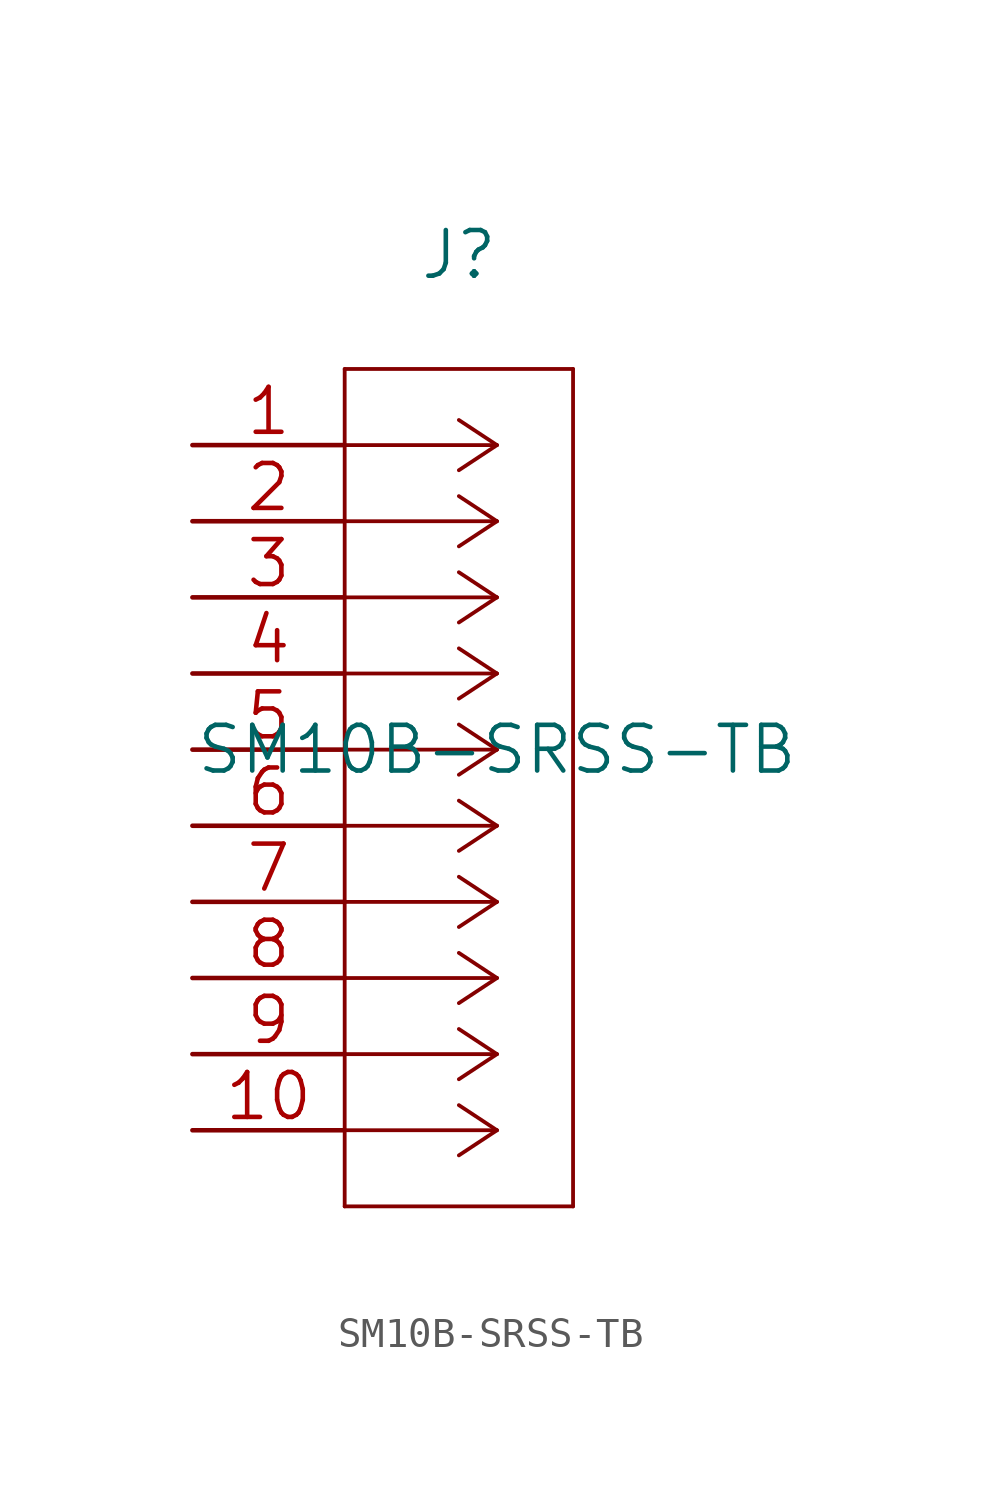
<source format=kicad_sym>
(kicad_symbol_lib
  (version 20211014)
  (generator kicad_symbol_editor)
  (symbol "SM10B-SRSS-TB"
    (pin_names
      (offset 0.254) hide)
    (property "Reference" "J"
      (at 8.89 6.35 0)
      (effects (font (size 1.524 1.524))))
    (property "Value" "SM10B-SRSS-TB"
      (at 10.16 -10.16 0)
      (effects (font (size 1.524 1.524))))
    (property "Datasheet" ""
      (at 0 0 0)
      (effects (font (size 1.524 1.524))))
    (property "ki_locked" ""
      (at 0 0 0)
      (effects (font (size 1.27 1.27))))
    (symbol "SM10B-SRSS-TB_1_1"
      (polyline (pts (xy 5.08 -25.4) (xy 12.7 -25.4)) (stroke (width 0.127) (type default) (color 0 0 0 0)) (fill (type none)))
      (polyline (pts (xy 5.08 2.54) (xy 5.08 -25.4)) (stroke (width 0.127) (type default) (color 0 0 0 0)) (fill (type none)))
      (polyline (pts (xy 10.16 -22.86) (xy 5.08 -22.86)) (stroke (width 0.127) (type default) (color 0 0 0 0)) (fill (type none)))
      (polyline (pts (xy 10.16 -22.86) (xy 8.89 -23.698)) (stroke (width 0.127) (type default) (color 0 0 0 0)) (fill (type none)))
      (polyline (pts (xy 10.16 -22.86) (xy 8.89 -22.022)) (stroke (width 0.127) (type default) (color 0 0 0 0)) (fill (type none)))
      (polyline (pts (xy 10.16 -20.32) (xy 5.08 -20.32)) (stroke (width 0.127) (type default) (color 0 0 0 0)) (fill (type none)))
      (polyline (pts (xy 10.16 -20.32) (xy 8.89 -21.158)) (stroke (width 0.127) (type default) (color 0 0 0 0)) (fill (type none)))
      (polyline (pts (xy 10.16 -20.32) (xy 8.89 -19.482)) (stroke (width 0.127) (type default) (color 0 0 0 0)) (fill (type none)))
      (polyline (pts (xy 10.16 -17.78) (xy 5.08 -17.78)) (stroke (width 0.127) (type default) (color 0 0 0 0)) (fill (type none)))
      (polyline (pts (xy 10.16 -17.78) (xy 8.89 -18.618)) (stroke (width 0.127) (type default) (color 0 0 0 0)) (fill (type none)))
      (polyline (pts (xy 10.16 -17.78) (xy 8.89 -16.942)) (stroke (width 0.127) (type default) (color 0 0 0 0)) (fill (type none)))
      (polyline (pts (xy 10.16 -15.24) (xy 5.08 -15.24)) (stroke (width 0.127) (type default) (color 0 0 0 0)) (fill (type none)))
      (polyline (pts (xy 10.16 -15.24) (xy 8.89 -16.078)) (stroke (width 0.127) (type default) (color 0 0 0 0)) (fill (type none)))
      (polyline (pts (xy 10.16 -15.24) (xy 8.89 -14.402)) (stroke (width 0.127) (type default) (color 0 0 0 0)) (fill (type none)))
      (polyline (pts (xy 10.16 -12.7) (xy 5.08 -12.7)) (stroke (width 0.127) (type default) (color 0 0 0 0)) (fill (type none)))
      (polyline (pts (xy 10.16 -12.7) (xy 8.89 -13.538)) (stroke (width 0.127) (type default) (color 0 0 0 0)) (fill (type none)))
      (polyline (pts (xy 10.16 -12.7) (xy 8.89 -11.862)) (stroke (width 0.127) (type default) (color 0 0 0 0)) (fill (type none)))
      (polyline (pts (xy 10.16 -10.16) (xy 5.08 -10.16)) (stroke (width 0.127) (type default) (color 0 0 0 0)) (fill (type none)))
      (polyline (pts (xy 10.16 -10.16) (xy 8.89 -10.998)) (stroke (width 0.127) (type default) (color 0 0 0 0)) (fill (type none)))
      (polyline (pts (xy 10.16 -10.16) (xy 8.89 -9.322)) (stroke (width 0.127) (type default) (color 0 0 0 0)) (fill (type none)))
      (polyline (pts (xy 10.16 -7.62) (xy 5.08 -7.62)) (stroke (width 0.127) (type default) (color 0 0 0 0)) (fill (type none)))
      (polyline (pts (xy 10.16 -7.62) (xy 8.89 -8.458)) (stroke (width 0.127) (type default) (color 0 0 0 0)) (fill (type none)))
      (polyline (pts (xy 10.16 -7.62) (xy 8.89 -6.782)) (stroke (width 0.127) (type default) (color 0 0 0 0)) (fill (type none)))
      (polyline (pts (xy 10.16 -5.08) (xy 5.08 -5.08)) (stroke (width 0.127) (type default) (color 0 0 0 0)) (fill (type none)))
      (polyline (pts (xy 10.16 -5.08) (xy 8.89 -5.918)) (stroke (width 0.127) (type default) (color 0 0 0 0)) (fill (type none)))
      (polyline (pts (xy 10.16 -5.08) (xy 8.89 -4.242)) (stroke (width 0.127) (type default) (color 0 0 0 0)) (fill (type none)))
      (polyline (pts (xy 10.16 -2.54) (xy 5.08 -2.54)) (stroke (width 0.127) (type default) (color 0 0 0 0)) (fill (type none)))
      (polyline (pts (xy 10.16 -2.54) (xy 8.89 -3.378)) (stroke (width 0.127) (type default) (color 0 0 0 0)) (fill (type none)))
      (polyline (pts (xy 10.16 -2.54) (xy 8.89 -1.702)) (stroke (width 0.127) (type default) (color 0 0 0 0)) (fill (type none)))
      (polyline (pts (xy 10.16 0) (xy 5.08 0)) (stroke (width 0.127) (type default) (color 0 0 0 0)) (fill (type none)))
      (polyline (pts (xy 10.16 0) (xy 8.89 -0.838)) (stroke (width 0.127) (type default) (color 0 0 0 0)) (fill (type none)))
      (polyline (pts (xy 10.16 0) (xy 8.89 0.838)) (stroke (width 0.127) (type default) (color 0 0 0 0)) (fill (type none)))
      (polyline (pts (xy 12.7 -25.4) (xy 12.7 2.54)) (stroke (width 0.127) (type default) (color 0 0 0 0)) (fill (type none)))
      (polyline (pts (xy 12.7 2.54) (xy 5.08 2.54)) (stroke (width 0.127) (type default) (color 0 0 0 0)) (fill (type none)))
      (pin unspecified line (at 0 0 0) (length 5.08) (name "1" (effects (font (size 1.499 1.499)))) (number "1" (effects (font (size 1.499 1.499)))))
      (pin unspecified line (at 0 -22.86 0) (length 5.08) (name "10" (effects (font (size 1.499 1.499)))) (number "10" (effects (font (size 1.499 1.499)))))
      (pin unspecified line (at 0 -2.54 0) (length 5.08) (name "2" (effects (font (size 1.499 1.499)))) (number "2" (effects (font (size 1.499 1.499)))))
      (pin unspecified line (at 0 -5.08 0) (length 5.08) (name "3" (effects (font (size 1.499 1.499)))) (number "3" (effects (font (size 1.499 1.499)))))
      (pin unspecified line (at 0 -7.62 0) (length 5.08) (name "4" (effects (font (size 1.499 1.499)))) (number "4" (effects (font (size 1.499 1.499)))))
      (pin unspecified line (at 0 -10.16 0) (length 5.08) (name "5" (effects (font (size 1.499 1.499)))) (number "5" (effects (font (size 1.499 1.499)))))
      (pin unspecified line (at 0 -12.7 0) (length 5.08) (name "6" (effects (font (size 1.499 1.499)))) (number "6" (effects (font (size 1.499 1.499)))))
      (pin unspecified line (at 0 -15.24 0) (length 5.08) (name "7" (effects (font (size 1.499 1.499)))) (number "7" (effects (font (size 1.499 1.499)))))
      (pin unspecified line (at 0 -17.78 0) (length 5.08) (name "8" (effects (font (size 1.499 1.499)))) (number "8" (effects (font (size 1.499 1.499)))))
      (pin unspecified line (at 0 -20.32 0) (length 5.08) (name "9" (effects (font (size 1.499 1.499)))) (number "9" (effects (font (size 1.499 1.499))))))))
</source>
